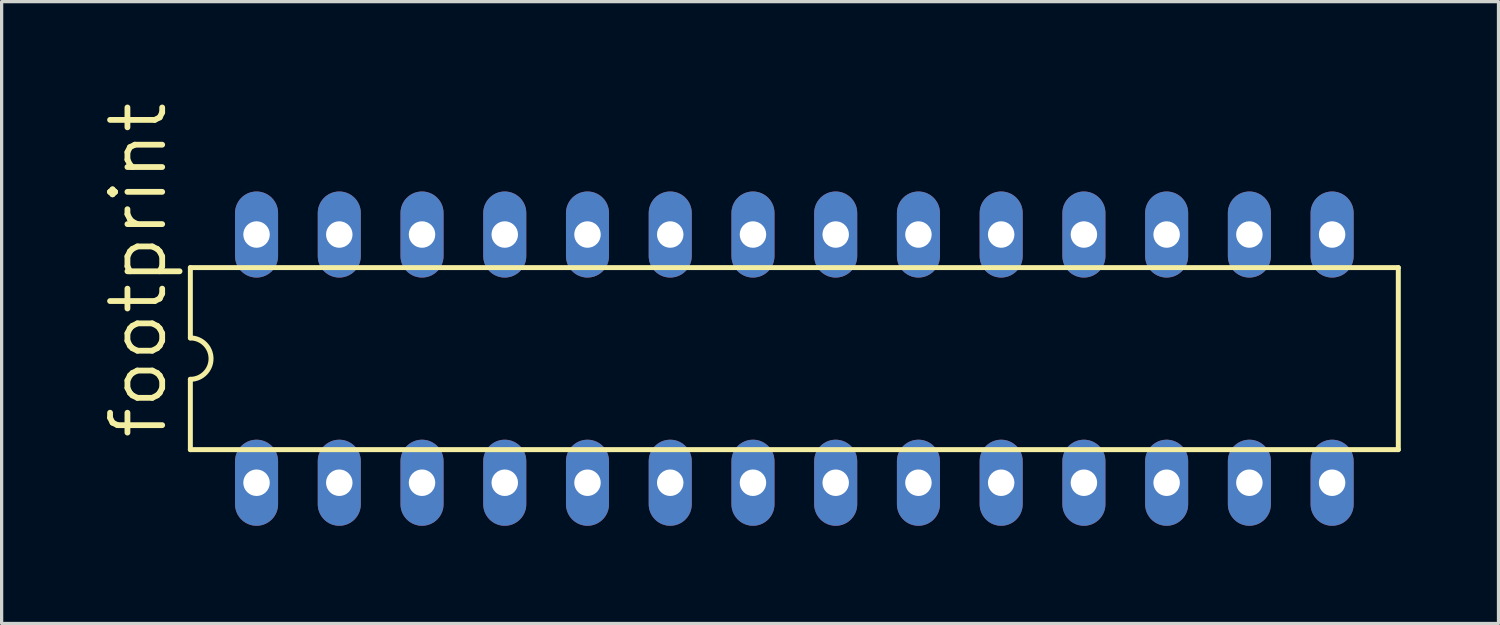
<source format=kicad_pcb>
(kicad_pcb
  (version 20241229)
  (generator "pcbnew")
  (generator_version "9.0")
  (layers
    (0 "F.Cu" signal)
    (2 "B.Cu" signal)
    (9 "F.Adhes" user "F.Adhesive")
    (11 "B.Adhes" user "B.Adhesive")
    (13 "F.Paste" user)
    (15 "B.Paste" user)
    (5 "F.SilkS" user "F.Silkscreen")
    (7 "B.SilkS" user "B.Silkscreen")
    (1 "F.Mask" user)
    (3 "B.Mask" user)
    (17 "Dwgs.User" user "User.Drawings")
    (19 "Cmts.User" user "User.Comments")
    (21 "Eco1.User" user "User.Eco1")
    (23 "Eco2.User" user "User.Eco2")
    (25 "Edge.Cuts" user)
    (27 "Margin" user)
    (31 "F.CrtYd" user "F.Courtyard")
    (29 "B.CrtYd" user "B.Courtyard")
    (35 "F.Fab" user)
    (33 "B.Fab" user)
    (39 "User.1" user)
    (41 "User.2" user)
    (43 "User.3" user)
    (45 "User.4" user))
  (footprint "footprint"
    (layer "F.Cu")
    (at 21.336 7.96)
    (property "Reference" "footprint" (at -19.202 2.54 90) (layer "F.SilkS") (effects (font (size 1.6 1.6) (thickness 0.178)) (justify left bottom)))
    (fp_line (start -18.542 -2.794) (end -18.542 -0.635) (stroke (width 0.152) (type solid)) (layer "F.SilkS"))
    (fp_line (start -18.542 -2.794) (end 18.542 -2.794) (stroke (width 0.152) (type solid)) (layer "F.SilkS"))
    (fp_line (start -18.542 0.635) (end -18.542 2.794) (stroke (width 0.152) (type solid)) (layer "F.SilkS"))
    (fp_line (start -18.542 2.794) (end 18.542 2.794) (stroke (width 0.152) (type solid)) (layer "F.SilkS"))
    (fp_line (start 18.542 -2.794) (end 18.542 2.794) (stroke (width 0.152) (type solid)) (layer "F.SilkS"))
    (fp_arc (start -18.542 -0.635) (mid -17.907 0) (end -18.542 0.635) (stroke (width 0.1524) (type solid)) (layer "F.SilkS"))
    (pad "1" thru_hole oval (at -16.51 3.81 90) (size 2.642 1.321) (drill 0.813) (layers "*.Cu" "*.Mask"))
    (pad "2" thru_hole oval (at -13.97 3.81 90) (size 2.642 1.321) (drill 0.813) (layers "*.Cu" "*.Mask"))
    (pad "3" thru_hole oval (at -11.43 3.81 90) (size 2.642 1.321) (drill 0.813) (layers "*.Cu" "*.Mask"))
    (pad "4" thru_hole oval (at -8.89 3.81 90) (size 2.642 1.321) (drill 0.813) (layers "*.Cu" "*.Mask"))
    (pad "5" thru_hole oval (at -6.35 3.81 90) (size 2.642 1.321) (drill 0.813) (layers "*.Cu" "*.Mask"))
    (pad "6" thru_hole oval (at -3.81 3.81 90) (size 2.642 1.321) (drill 0.813) (layers "*.Cu" "*.Mask"))
    (pad "7" thru_hole oval (at -1.27 3.81 90) (size 2.642 1.321) (drill 0.813) (layers "*.Cu" "*.Mask"))
    (pad "8" thru_hole oval (at 1.27 3.81 90) (size 2.642 1.321) (drill 0.813) (layers "*.Cu" "*.Mask"))
    (pad "9" thru_hole oval (at 3.81 3.81 90) (size 2.642 1.321) (drill 0.813) (layers "*.Cu" "*.Mask"))
    (pad "10" thru_hole oval (at 6.35 3.81 90) (size 2.642 1.321) (drill 0.813) (layers "*.Cu" "*.Mask"))
    (pad "11" thru_hole oval (at 8.89 3.81 90) (size 2.642 1.321) (drill 0.813) (layers "*.Cu" "*.Mask"))
    (pad "12" thru_hole oval (at 11.43 3.81 90) (size 2.642 1.321) (drill 0.813) (layers "*.Cu" "*.Mask"))
    (pad "13" thru_hole oval (at 13.97 3.81 90) (size 2.642 1.321) (drill 0.813) (layers "*.Cu" "*.Mask"))
    (pad "14" thru_hole oval (at 16.51 3.81 90) (size 2.642 1.321) (drill 0.813) (layers "*.Cu" "*.Mask"))
    (pad "15" thru_hole oval (at 16.51 -3.81 90) (size 2.642 1.321) (drill 0.813) (layers "*.Cu" "*.Mask"))
    (pad "16" thru_hole oval (at 13.97 -3.81 90) (size 2.642 1.321) (drill 0.813) (layers "*.Cu" "*.Mask"))
    (pad "17" thru_hole oval (at 11.43 -3.81 90) (size 2.642 1.321) (drill 0.813) (layers "*.Cu" "*.Mask"))
    (pad "18" thru_hole oval (at 8.89 -3.81 90) (size 2.642 1.321) (drill 0.813) (layers "*.Cu" "*.Mask"))
    (pad "19" thru_hole oval (at 6.35 -3.81 90) (size 2.642 1.321) (drill 0.813) (layers "*.Cu" "*.Mask"))
    (pad "20" thru_hole oval (at 3.81 -3.81 90) (size 2.642 1.321) (drill 0.813) (layers "*.Cu" "*.Mask"))
    (pad "21" thru_hole oval (at 1.27 -3.81 90) (size 2.642 1.321) (drill 0.813) (layers "*.Cu" "*.Mask"))
    (pad "22" thru_hole oval (at -1.27 -3.81 90) (size 2.642 1.321) (drill 0.813) (layers "*.Cu" "*.Mask"))
    (pad "23" thru_hole oval (at -3.81 -3.81 90) (size 2.642 1.321) (drill 0.813) (layers "*.Cu" "*.Mask"))
    (pad "24" thru_hole oval (at -6.35 -3.81 90) (size 2.642 1.321) (drill 0.813) (layers "*.Cu" "*.Mask"))
    (pad "25" thru_hole oval (at -8.89 -3.81 90) (size 2.642 1.321) (drill 0.813) (layers "*.Cu" "*.Mask"))
    (pad "26" thru_hole oval (at -11.43 -3.81 90) (size 2.642 1.321) (drill 0.813) (layers "*.Cu" "*.Mask"))
    (pad "27" thru_hole oval (at -13.97 -3.81 90) (size 2.642 1.321) (drill 0.813) (layers "*.Cu" "*.Mask"))
    (pad "28" thru_hole oval (at -16.51 -3.81 90) (size 2.642 1.321) (drill 0.813) (layers "*.Cu" "*.Mask")))
  (gr_rect
    (start -3 -3)
    (end 42.954 16.091)
    (stroke (width 0.1) (type default))
    (fill no)
    (layer "Edge.Cuts")))
</source>
